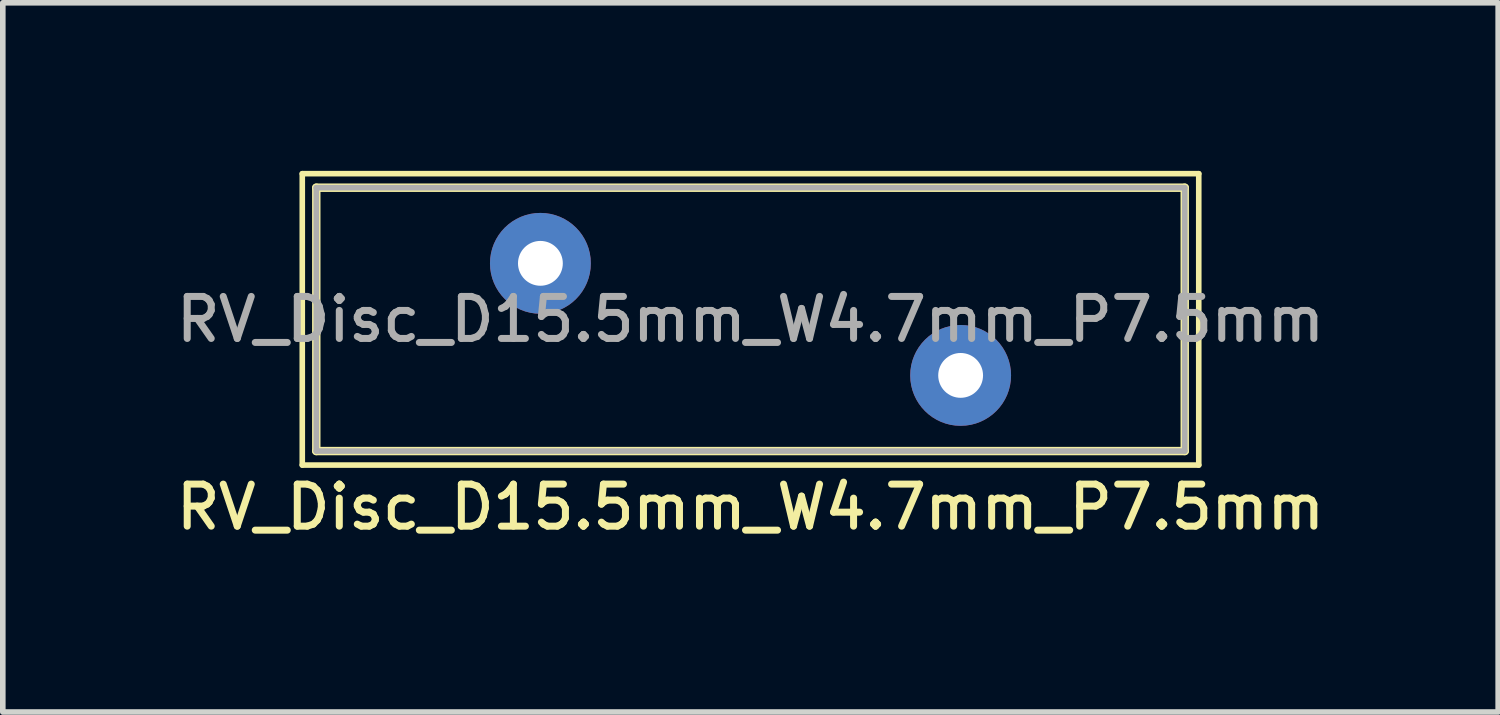
<source format=kicad_pcb>
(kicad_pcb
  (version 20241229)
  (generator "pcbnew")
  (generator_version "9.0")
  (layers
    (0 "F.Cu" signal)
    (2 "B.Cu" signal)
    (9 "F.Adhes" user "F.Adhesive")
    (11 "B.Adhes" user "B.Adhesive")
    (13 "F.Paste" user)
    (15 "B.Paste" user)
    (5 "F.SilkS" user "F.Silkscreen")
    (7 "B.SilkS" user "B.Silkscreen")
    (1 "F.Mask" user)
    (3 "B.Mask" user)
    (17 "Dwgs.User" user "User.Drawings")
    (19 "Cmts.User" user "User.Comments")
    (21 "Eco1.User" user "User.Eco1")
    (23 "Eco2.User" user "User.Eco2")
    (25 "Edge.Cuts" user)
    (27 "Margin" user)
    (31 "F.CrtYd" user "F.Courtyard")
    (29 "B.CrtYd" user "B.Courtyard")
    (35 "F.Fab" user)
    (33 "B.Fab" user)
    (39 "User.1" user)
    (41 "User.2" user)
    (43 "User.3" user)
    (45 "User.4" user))
  (footprint "RV_Disc_D15.5mm_W4.7mm_P7.5mm"
    (layer "F.Cu")
    (at 6.595 1.65)
    (property "Reference" "RV_Disc_D15.5mm_W4.7mm_P7.5mm" (at 3.75 4.35 0) (layer "F.SilkS") (effects (font (size 0.75 0.75) (thickness 0.125))))
    (attr through_hole)
    (fp_line (start -4.25 -1.6) (end -4.25 3.6) (stroke (width 0.1) (type solid)) (layer "F.SilkS"))
    (fp_line (start -4.25 -1.6) (end 11.75 -1.6) (stroke (width 0.1) (type solid)) (layer "F.SilkS"))
    (fp_line (start -4.25 3.6) (end 11.75 3.6) (stroke (width 0.1) (type solid)) (layer "F.SilkS"))
    (fp_line (start -4 -1.35) (end -4 3.35) (stroke (width 0.15) (type solid)) (layer "F.SilkS"))
    (fp_line (start -4 -1.35) (end 11.5 -1.35) (stroke (width 0.15) (type solid)) (layer "F.SilkS"))
    (fp_line (start -4 3.35) (end 11.5 3.35) (stroke (width 0.15) (type solid)) (layer "F.SilkS"))
    (fp_line (start 11.5 -1.35) (end 11.5 3.35) (stroke (width 0.15) (type solid)) (layer "F.SilkS"))
    (fp_line (start 11.75 -1.6) (end 11.75 3.6) (stroke (width 0.1) (type solid)) (layer "F.SilkS"))
    (fp_line (start -4 -1.35) (end -4 3.35) (stroke (width 0.1) (type solid)) (layer "F.Fab"))
    (fp_line (start -4 -1.35) (end 11.5 -1.35) (stroke (width 0.1) (type solid)) (layer "F.Fab"))
    (fp_line (start -4 3.35) (end 11.5 3.35) (stroke (width 0.1) (type solid)) (layer "F.Fab"))
    (fp_line (start 11.5 -1.35) (end 11.5 3.35) (stroke (width 0.1) (type solid)) (layer "F.Fab"))
    (fp_text user "${REFERENCE}" (at 3.75 1 0) (layer "F.Fab") (effects (font (size 0.75 0.75) (thickness 0.125))))
    (pad "1" thru_hole circle (at 0 0) (size 1.8 1.8) (drill 0.8) (layers "*.Cu" "*.Mask"))
    (pad "2" thru_hole circle (at 7.5 2) (size 1.8 1.8) (drill 0.8) (layers "*.Cu" "*.Mask")))
  (gr_rect
    (start -3 -3)
    (end 23.689 9.658)
    (stroke (width 0.1) (type default))
    (fill no)
    (layer "Edge.Cuts")))
</source>
